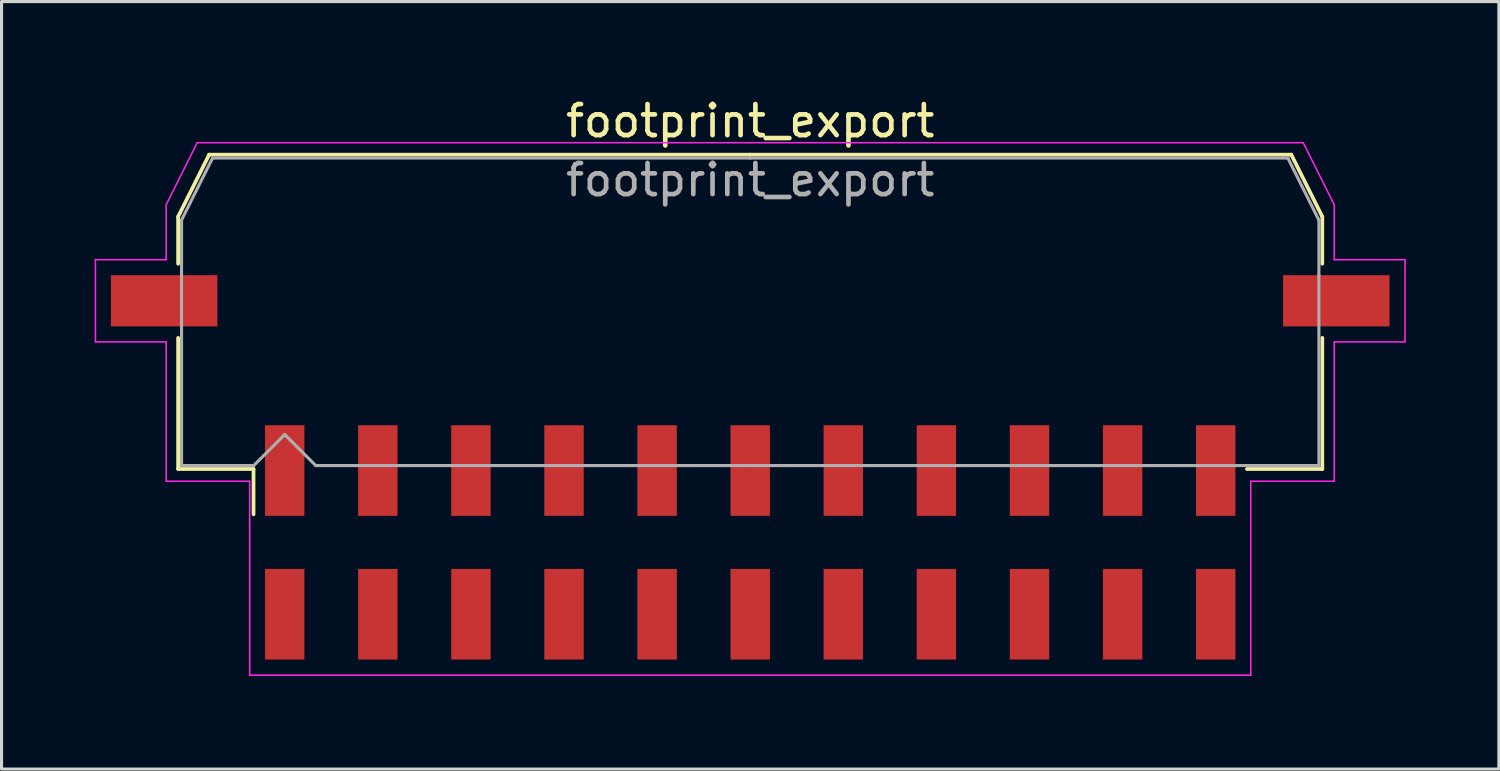
<source format=kicad_pcb>
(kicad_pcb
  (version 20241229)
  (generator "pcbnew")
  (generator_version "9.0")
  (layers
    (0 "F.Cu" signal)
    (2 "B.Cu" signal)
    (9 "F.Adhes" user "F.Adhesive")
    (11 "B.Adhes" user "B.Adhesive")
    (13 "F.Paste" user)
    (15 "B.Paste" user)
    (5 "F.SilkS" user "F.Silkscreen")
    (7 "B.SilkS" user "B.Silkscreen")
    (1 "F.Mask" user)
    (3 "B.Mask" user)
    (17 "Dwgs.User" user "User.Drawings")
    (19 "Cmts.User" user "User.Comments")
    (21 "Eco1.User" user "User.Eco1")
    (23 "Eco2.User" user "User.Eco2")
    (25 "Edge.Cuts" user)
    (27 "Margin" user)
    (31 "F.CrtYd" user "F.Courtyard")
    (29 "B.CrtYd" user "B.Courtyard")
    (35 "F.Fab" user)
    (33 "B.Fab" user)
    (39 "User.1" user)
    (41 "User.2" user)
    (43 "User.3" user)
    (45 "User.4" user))
  (footprint "footprint_export"
    (layer "F.Cu")
    (at 21.125 14.428)
    (property "Reference" "footprint_export" (at 0 -13.58 0) (layer "F.SilkS") (effects (font (size 1 1) (thickness 0.15))))
    (attr smd)
    (fp_line (start -18.435 -10.495) (end -18.435 -8.98) (stroke (width 0.12) (type solid)) (layer "F.SilkS"))
    (fp_line (start -18.435 -6.59) (end -18.435 -2.365) (stroke (width 0.12) (type solid)) (layer "F.SilkS"))
    (fp_line (start -18.435 -2.365) (end -16.005 -2.365) (stroke (width 0.12) (type solid)) (layer "F.SilkS"))
    (fp_line (start -17.435 -12.495) (end -18.435 -10.495) (stroke (width 0.12) (type solid)) (layer "F.SilkS"))
    (fp_line (start -16.005 -2.365) (end -16.005 -0.905) (stroke (width 0.12) (type solid)) (layer "F.SilkS"))
    (fp_line (start 0 -12.495) (end -17.435 -12.495) (stroke (width 0.12) (type solid)) (layer "F.SilkS"))
    (fp_line (start 0 -12.495) (end 17.435 -12.495) (stroke (width 0.12) (type solid)) (layer "F.SilkS"))
    (fp_line (start 17.435 -12.495) (end 18.435 -10.495) (stroke (width 0.12) (type solid)) (layer "F.SilkS"))
    (fp_line (start 18.435 -10.495) (end 18.435 -8.98) (stroke (width 0.12) (type solid)) (layer "F.SilkS"))
    (fp_line (start 18.435 -6.59) (end 18.435 -2.365) (stroke (width 0.12) (type solid)) (layer "F.SilkS"))
    (fp_line (start 18.435 -2.365) (end 16.005 -2.365) (stroke (width 0.12) (type solid)) (layer "F.SilkS"))
    (fp_line (start -21.1 -9.11) (end -21.1 -6.46) (stroke (width 0.05) (type solid)) (layer "F.CrtYd"))
    (fp_line (start -21.1 -6.46) (end -18.82 -6.46) (stroke (width 0.05) (type solid)) (layer "F.CrtYd"))
    (fp_line (start -18.82 -10.88) (end -18.82 -9.11) (stroke (width 0.05) (type solid)) (layer "F.CrtYd"))
    (fp_line (start -18.82 -9.11) (end -21.1 -9.11) (stroke (width 0.05) (type solid)) (layer "F.CrtYd"))
    (fp_line (start -18.82 -6.46) (end -18.82 -1.97) (stroke (width 0.05) (type solid)) (layer "F.CrtYd"))
    (fp_line (start -18.82 -1.97) (end -16.13 -1.97) (stroke (width 0.05) (type solid)) (layer "F.CrtYd"))
    (fp_line (start -17.82 -12.88) (end -18.82 -10.88) (stroke (width 0.05) (type solid)) (layer "F.CrtYd"))
    (fp_line (start -16.13 -1.97) (end -16.13 4.28) (stroke (width 0.05) (type solid)) (layer "F.CrtYd"))
    (fp_line (start -16.13 4.28) (end 0 4.28) (stroke (width 0.05) (type solid)) (layer "F.CrtYd"))
    (fp_line (start 0 -12.88) (end -17.82 -12.88) (stroke (width 0.05) (type solid)) (layer "F.CrtYd"))
    (fp_line (start 0 -12.88) (end 17.82 -12.88) (stroke (width 0.05) (type solid)) (layer "F.CrtYd"))
    (fp_line (start 16.13 -1.97) (end 16.13 4.28) (stroke (width 0.05) (type solid)) (layer "F.CrtYd"))
    (fp_line (start 16.13 4.28) (end 0 4.28) (stroke (width 0.05) (type solid)) (layer "F.CrtYd"))
    (fp_line (start 17.82 -12.88) (end 18.82 -10.88) (stroke (width 0.05) (type solid)) (layer "F.CrtYd"))
    (fp_line (start 18.82 -10.88) (end 18.82 -9.11) (stroke (width 0.05) (type solid)) (layer "F.CrtYd"))
    (fp_line (start 18.82 -9.11) (end 21.1 -9.11) (stroke (width 0.05) (type solid)) (layer "F.CrtYd"))
    (fp_line (start 18.82 -6.46) (end 18.82 -1.97) (stroke (width 0.05) (type solid)) (layer "F.CrtYd"))
    (fp_line (start 18.82 -1.97) (end 16.13 -1.97) (stroke (width 0.05) (type solid)) (layer "F.CrtYd"))
    (fp_line (start 21.1 -9.11) (end 21.1 -6.46) (stroke (width 0.05) (type solid)) (layer "F.CrtYd"))
    (fp_line (start 21.1 -6.46) (end 18.82 -6.46) (stroke (width 0.05) (type solid)) (layer "F.CrtYd"))
    (fp_line (start -18.325 -10.385) (end -18.325 -8.61) (stroke (width 0.1) (type solid)) (layer "F.Fab"))
    (fp_line (start -18.325 -8.61) (end -18.325 -2.475) (stroke (width 0.1) (type solid)) (layer "F.Fab"))
    (fp_line (start -18.325 -2.475) (end -16 -2.475) (stroke (width 0.1) (type solid)) (layer "F.Fab"))
    (fp_line (start -17.325 -12.385) (end -18.325 -10.385) (stroke (width 0.1) (type solid)) (layer "F.Fab"))
    (fp_line (start -16 -2.475) (end -15 -3.475) (stroke (width 0.1) (type solid)) (layer "F.Fab"))
    (fp_line (start -15 -3.475) (end -14 -2.475) (stroke (width 0.1) (type solid)) (layer "F.Fab"))
    (fp_line (start -14 -2.475) (end 0 -2.475) (stroke (width 0.1) (type solid)) (layer "F.Fab"))
    (fp_line (start 0 -12.385) (end -17.325 -12.385) (stroke (width 0.1) (type solid)) (layer "F.Fab"))
    (fp_line (start 0 -12.385) (end 17.325 -12.385) (stroke (width 0.1) (type solid)) (layer "F.Fab"))
    (fp_line (start 15.635 -2.475) (end 0 -2.475) (stroke (width 0.1) (type solid)) (layer "F.Fab"))
    (fp_line (start 17.325 -12.385) (end 18.325 -10.385) (stroke (width 0.1) (type solid)) (layer "F.Fab"))
    (fp_line (start 18.325 -10.385) (end 18.325 -8.61) (stroke (width 0.1) (type solid)) (layer "F.Fab"))
    (fp_line (start 18.325 -8.61) (end 18.325 -2.475) (stroke (width 0.1) (type solid)) (layer "F.Fab"))
    (fp_line (start 18.325 -2.475) (end 15.635 -2.475) (stroke (width 0.1) (type solid)) (layer "F.Fab"))
    (fp_text user "${REFERENCE}" (at 0 -11.68 0) (layer "F.Fab") (effects (font (size 1 1) (thickness 0.15))))
    (pad "1" smd rect (at -15 -2.315) (size 1.27 2.92) (layers "F.Cu" "F.Mask" "F.Paste"))
    (pad "2" smd rect (at -12 -2.315) (size 1.27 2.92) (layers "F.Cu" "F.Mask" "F.Paste"))
    (pad "3" smd rect (at -9 -2.315) (size 1.27 2.92) (layers "F.Cu" "F.Mask" "F.Paste"))
    (pad "4" smd rect (at -6 -2.315) (size 1.27 2.92) (layers "F.Cu" "F.Mask" "F.Paste"))
    (pad "5" smd rect (at -3 -2.315) (size 1.27 2.92) (layers "F.Cu" "F.Mask" "F.Paste"))
    (pad "6" smd rect (at 0 -2.315) (size 1.27 2.92) (layers "F.Cu" "F.Mask" "F.Paste"))
    (pad "7" smd rect (at 3 -2.315) (size 1.27 2.92) (layers "F.Cu" "F.Mask" "F.Paste"))
    (pad "8" smd rect (at 6 -2.315) (size 1.27 2.92) (layers "F.Cu" "F.Mask" "F.Paste"))
    (pad "9" smd rect (at 9 -2.315) (size 1.27 2.92) (layers "F.Cu" "F.Mask" "F.Paste"))
    (pad "10" smd rect (at 12 -2.315) (size 1.27 2.92) (layers "F.Cu" "F.Mask" "F.Paste"))
    (pad "11" smd rect (at 15 -2.315) (size 1.27 2.92) (layers "F.Cu" "F.Mask" "F.Paste"))
    (pad "12" smd rect (at -15 2.315) (size 1.27 2.92) (layers "F.Cu" "F.Mask" "F.Paste"))
    (pad "13" smd rect (at -12 2.315) (size 1.27 2.92) (layers "F.Cu" "F.Mask" "F.Paste"))
    (pad "14" smd rect (at -9 2.315) (size 1.27 2.92) (layers "F.Cu" "F.Mask" "F.Paste"))
    (pad "15" smd rect (at -6 2.315) (size 1.27 2.92) (layers "F.Cu" "F.Mask" "F.Paste"))
    (pad "16" smd rect (at -3 2.315) (size 1.27 2.92) (layers "F.Cu" "F.Mask" "F.Paste"))
    (pad "17" smd rect (at 0 2.315) (size 1.27 2.92) (layers "F.Cu" "F.Mask" "F.Paste"))
    (pad "18" smd rect (at 3 2.315) (size 1.27 2.92) (layers "F.Cu" "F.Mask" "F.Paste"))
    (pad "19" smd rect (at 6 2.315) (size 1.27 2.92) (layers "F.Cu" "F.Mask" "F.Paste"))
    (pad "20" smd rect (at 9 2.315) (size 1.27 2.92) (layers "F.Cu" "F.Mask" "F.Paste"))
    (pad "21" smd rect (at 12 2.315) (size 1.27 2.92) (layers "F.Cu" "F.Mask" "F.Paste"))
    (pad "22" smd rect (at 15 2.315) (size 1.27 2.92) (layers "F.Cu" "F.Mask" "F.Paste"))
    (pad "MP" smd rect (at -18.885 -7.785) (size 3.43 1.65) (layers "F.Cu" "F.Mask" "F.Paste"))
    (pad "MP" smd rect (at 18.885 -7.785) (size 3.43 1.65) (layers "F.Cu" "F.Mask" "F.Paste")))
  (gr_rect
    (start -3 -3)
    (end 45.25 21.733)
    (stroke (width 0.1) (type default))
    (fill no)
    (layer "Edge.Cuts")))
</source>
